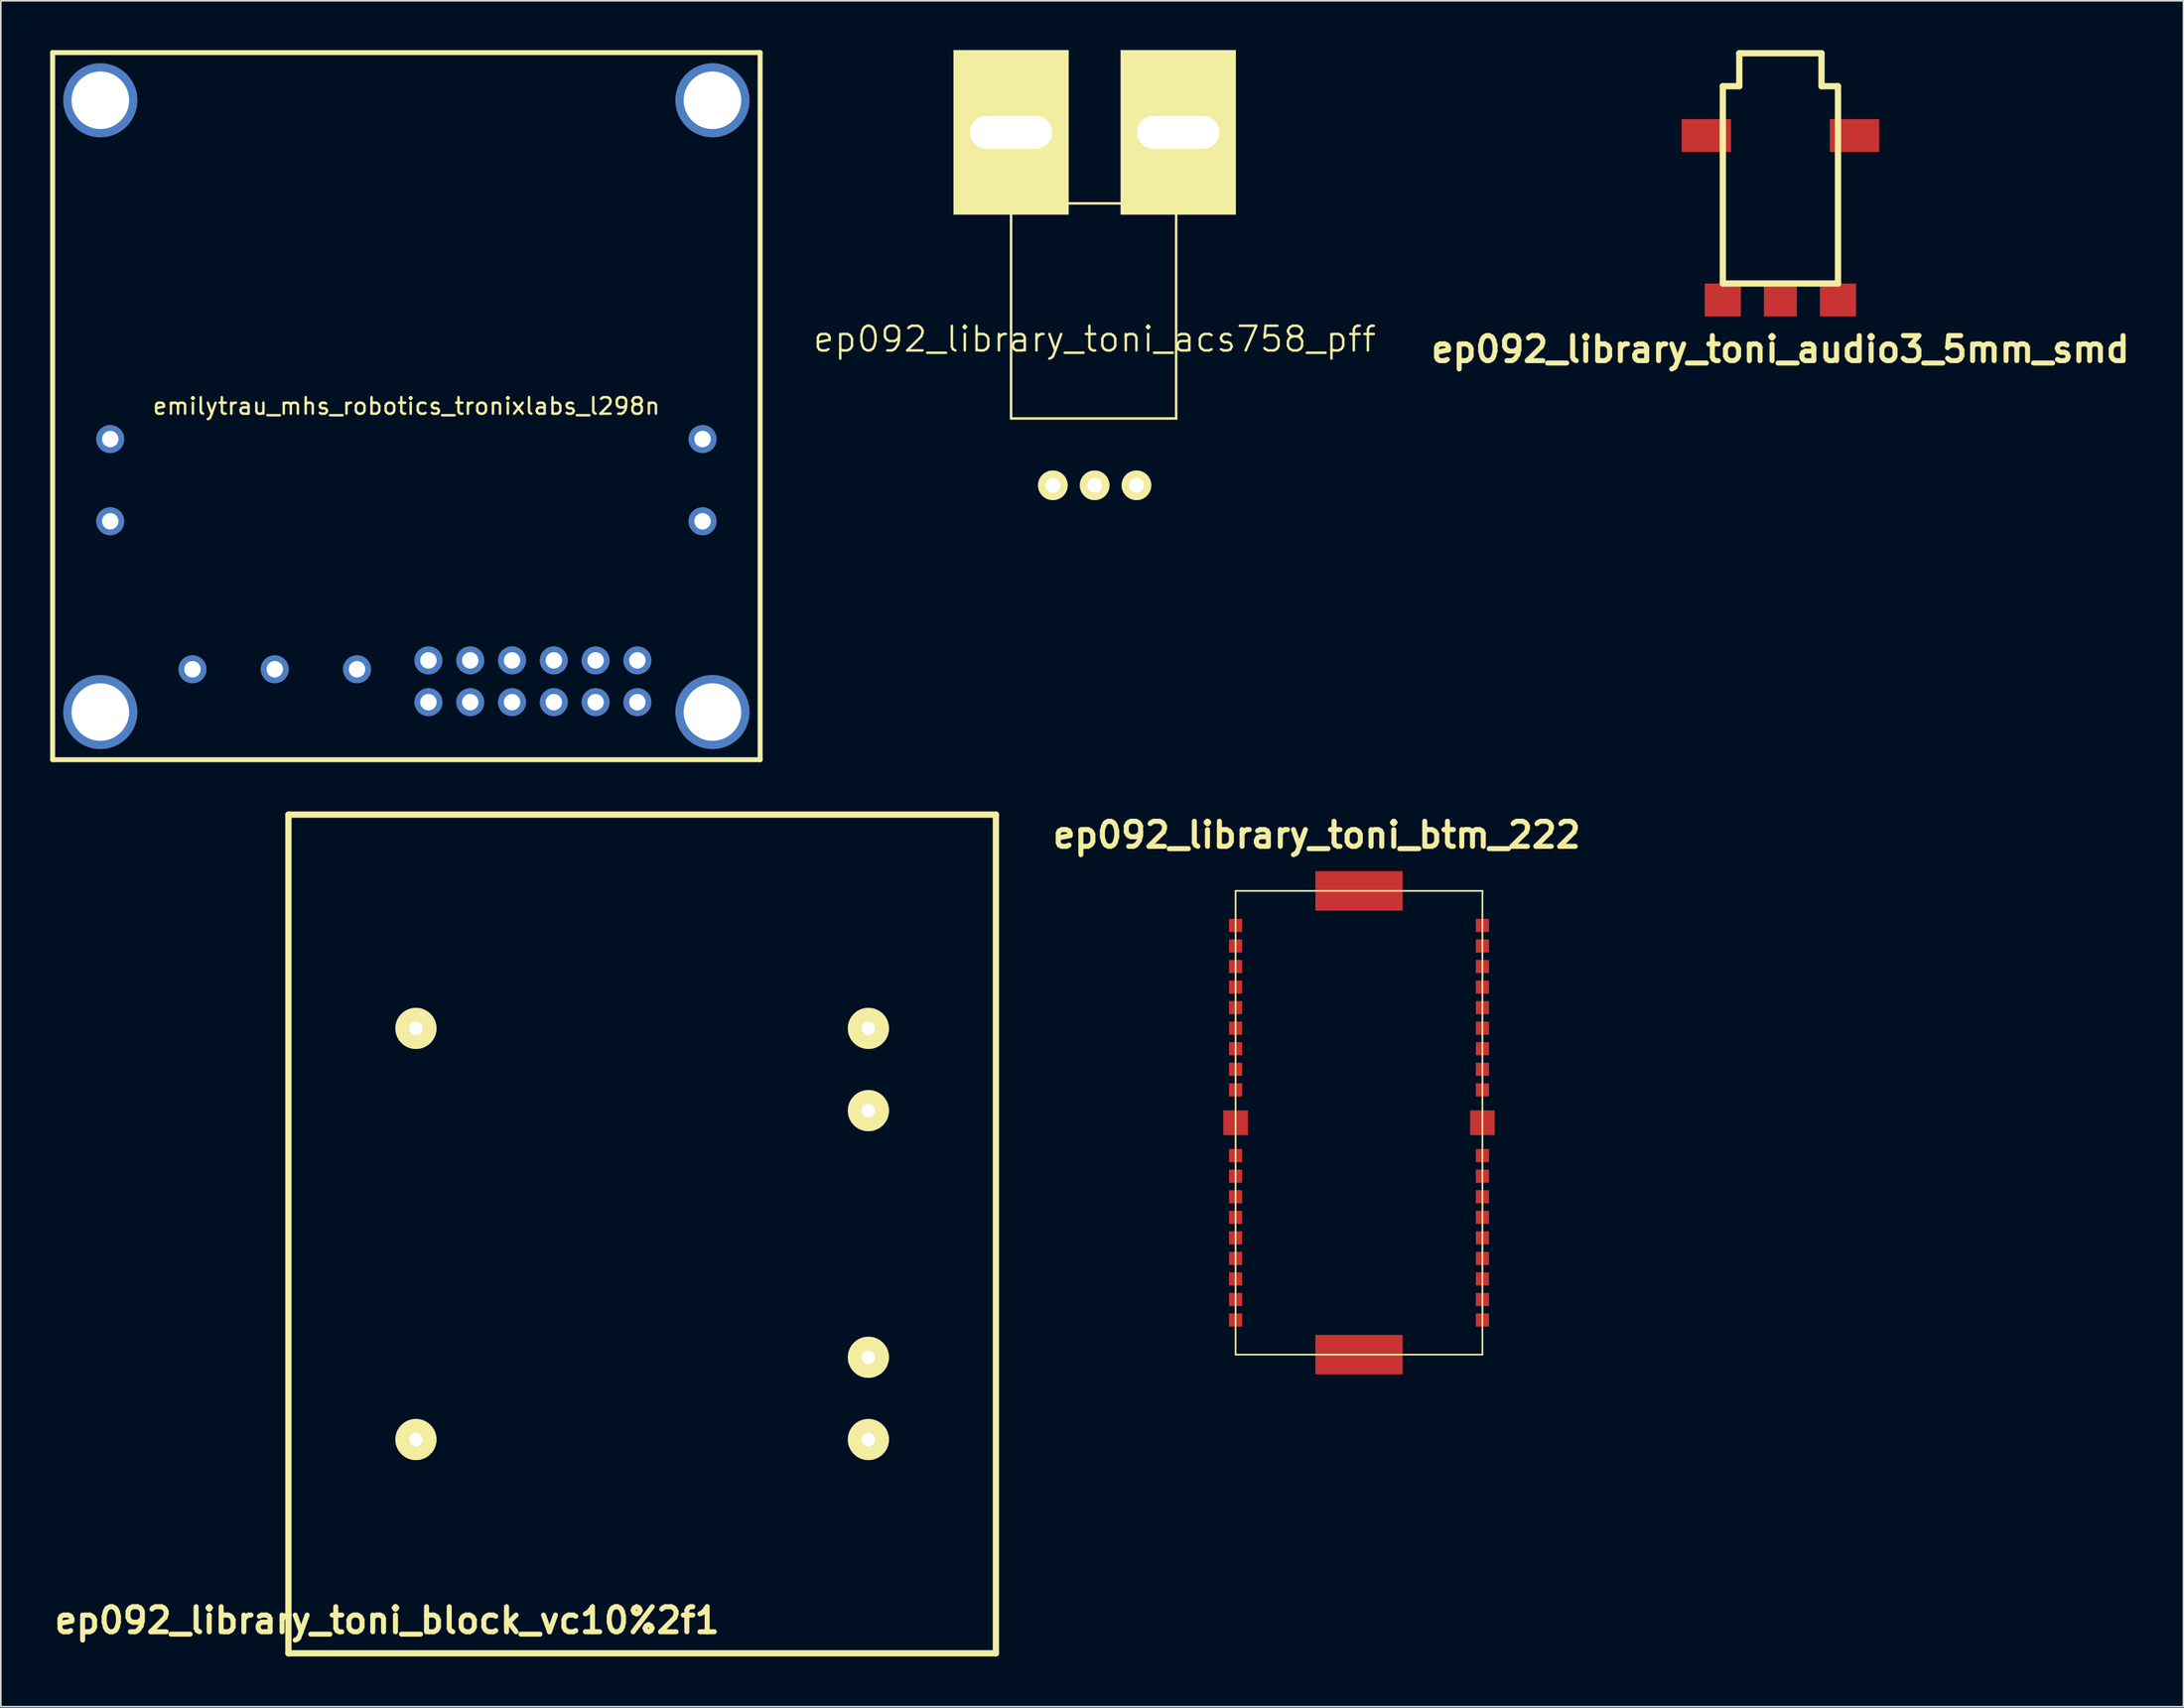
<source format=kicad_pcb>
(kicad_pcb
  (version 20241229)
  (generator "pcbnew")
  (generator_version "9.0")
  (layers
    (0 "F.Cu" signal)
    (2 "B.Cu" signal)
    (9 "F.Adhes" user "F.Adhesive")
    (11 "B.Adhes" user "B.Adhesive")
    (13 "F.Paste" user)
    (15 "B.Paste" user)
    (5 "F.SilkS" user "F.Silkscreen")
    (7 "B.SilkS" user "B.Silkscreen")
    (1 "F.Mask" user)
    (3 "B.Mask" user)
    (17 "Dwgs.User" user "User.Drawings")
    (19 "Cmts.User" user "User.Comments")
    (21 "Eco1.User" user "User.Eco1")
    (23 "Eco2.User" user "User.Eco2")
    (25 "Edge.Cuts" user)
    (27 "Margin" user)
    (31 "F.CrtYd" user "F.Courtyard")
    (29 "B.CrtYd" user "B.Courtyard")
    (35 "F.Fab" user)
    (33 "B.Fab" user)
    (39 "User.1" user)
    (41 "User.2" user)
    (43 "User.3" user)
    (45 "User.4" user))
  (footprint "ep092_library_toni_acs758_pff"
    (layer "F.Cu")
    (at 63.482 23.923)
    (property "Reference" "ep092_library_toni_acs758_pff" (at 0 -6.35 0) (layer "F.SilkS") (effects (font (size 1.5 1.5) (thickness 0.15))))
    (attr through_hole)
    (fp_line (start -5.08 -14.605) (end 4.953 -14.605) (stroke (width 0.15) (type solid)) (layer "F.SilkS"))
    (fp_line (start -5.08 -1.524) (end -5.08 -14.605) (stroke (width 0.15) (type solid)) (layer "F.SilkS"))
    (fp_line (start 4.953 -14.605) (end 4.953 -1.524) (stroke (width 0.15) (type solid)) (layer "F.SilkS"))
    (fp_line (start 4.953 -1.524) (end -5.08 -1.524) (stroke (width 0.15) (type solid)) (layer "F.SilkS"))
    (pad "1" thru_hole circle (at -2.54 2.54) (size 1.8 1.8) (drill 0.9) (layers "*.Cu" "*.Mask" "F.SilkS"))
    (pad "2" thru_hole circle (at 0 2.54) (size 1.8 1.8) (drill 0.9) (layers "*.Cu" "*.Mask" "F.SilkS"))
    (pad "3" thru_hole circle (at 2.54 2.54) (size 1.8 1.8) (drill 0.9) (layers "*.Cu" "*.Mask" "F.SilkS"))
    (pad "4" thru_hole rect (at 5.08 -18.923) (size 7 10) (drill oval 5 2) (layers "*.Cu" "*.Mask" "F.SilkS"))
    (pad "5" thru_hole rect (at -5.08 -18.923) (size 7 10) (drill oval 5 2) (layers "*.Cu" "*.Mask" "F.SilkS")))
  (footprint "ep092_library_toni_block_vc10%2f1"
    (layer "F.Cu")
    (at 14.48 97.491)
    (property "Reference" "ep092_library_toni_block_vc10%2f1" (at 5.999 -1.999 0) (layer "F.SilkS") (effects (font (size 1.524 1.524) (thickness 0.305))))
    (attr through_hole)
    (fp_line (start 0 -51.001) (end 0 0) (stroke (width 0.381) (type solid)) (layer "F.SilkS"))
    (fp_line (start 0 0) (end 43 0) (stroke (width 0.381) (type solid)) (layer "F.SilkS"))
    (fp_line (start 43 -51.001) (end 0 -51.001) (stroke (width 0.381) (type solid)) (layer "F.SilkS"))
    (fp_line (start 43 0) (end 43 -51.001) (stroke (width 0.381) (type solid)) (layer "F.SilkS"))
    (pad "1.1" thru_hole circle (at 7.75 -13) (size 2.499 2.499) (drill 0.813) (layers "*.Cu" "*.Mask" "F.SilkS"))
    (pad "1.2" thru_hole circle (at 7.75 -38.001) (size 2.499 2.499) (drill 0.813) (layers "*.Cu" "*.Mask" "F.SilkS"))
    (pad "2.1" thru_hole circle (at 35.25 -18.001) (size 2.499 2.499) (drill 0.813) (layers "*.Cu" "*.Mask" "F.SilkS"))
    (pad "2.2" thru_hole circle (at 35.25 -33) (size 2.499 2.499) (drill 0.813) (layers "*.Cu" "*.Mask" "F.SilkS"))
    (pad "n.c." thru_hole circle (at 35.25 -38.001) (size 2.499 2.499) (drill 0.813) (layers "*.Cu" "*.Mask" "F.SilkS"))
    (pad "n.c." thru_hole circle (at 35.25 -13) (size 2.499 2.499) (drill 0.813) (layers "*.Cu" "*.Mask" "F.SilkS")))
  (footprint "ep092_library_toni_btm_222"
    (layer "F.Cu")
    (at 79.548 65.227)
    (property "Reference" "ep092_library_toni_btm_222" (at -2.57 -17.501 0) (layer "F.SilkS") (effects (font (size 1.524 1.524) (thickness 0.305))))
    (attr through_hole)
    (fp_line (start -7.501 -14.1) (end 7.501 -14.1) (stroke (width 0.099) (type solid)) (layer "F.SilkS"))
    (fp_line (start -7.501 14.1) (end -7.501 -14.1) (stroke (width 0.099) (type solid)) (layer "F.SilkS"))
    (fp_line (start 7.501 -14.1) (end 7.501 14.1) (stroke (width 0.099) (type solid)) (layer "F.SilkS"))
    (fp_line (start 7.501 14.1) (end -7.501 14.1) (stroke (width 0.099) (type solid)) (layer "F.SilkS"))
    (pad "1" smd rect (at 7.501 11.999) (size 0.8 0.8) (layers "F.Cu" "F.Mask" "F.Paste"))
    (pad "2" smd rect (at 7.501 10.749) (size 0.8 0.8) (layers "F.Cu" "F.Mask" "F.Paste"))
    (pad "3" smd rect (at 7.501 9.5) (size 0.8 0.8) (layers "F.Cu" "F.Mask" "F.Paste"))
    (pad "4" smd rect (at 7.501 8.25) (size 0.8 0.8) (layers "F.Cu" "F.Mask" "F.Paste"))
    (pad "5" smd rect (at 7.501 7) (size 0.8 0.8) (layers "F.Cu" "F.Mask" "F.Paste"))
    (pad "6" smd rect (at 7.501 5.751) (size 0.8 0.8) (layers "F.Cu" "F.Mask" "F.Paste"))
    (pad "7" smd rect (at 7.501 4.501) (size 0.8 0.8) (layers "F.Cu" "F.Mask" "F.Paste"))
    (pad "8" smd rect (at 7.501 3.251) (size 0.8 0.8) (layers "F.Cu" "F.Mask" "F.Paste"))
    (pad "9" smd rect (at 7.501 1.999) (size 0.8 0.8) (layers "F.Cu" "F.Mask" "F.Paste"))
    (pad "10" smd rect (at 7.501 0) (size 1.501 1.501) (layers "F.Cu" "F.Mask" "F.Paste"))
    (pad "11" smd rect (at 7.501 -1.999) (size 0.8 0.8) (layers "F.Cu" "F.Mask" "F.Paste"))
    (pad "12" smd rect (at 7.501 -3.251) (size 0.8 0.8) (layers "F.Cu" "F.Mask" "F.Paste"))
    (pad "13" smd rect (at 7.501 -4.501) (size 0.8 0.8) (layers "F.Cu" "F.Mask" "F.Paste"))
    (pad "14" smd rect (at 7.501 -5.751) (size 0.8 0.8) (layers "F.Cu" "F.Mask" "F.Paste"))
    (pad "15" smd rect (at 7.501 -7) (size 0.8 0.8) (layers "F.Cu" "F.Mask" "F.Paste"))
    (pad "16" smd rect (at 7.501 -8.25) (size 0.8 0.8) (layers "F.Cu" "F.Mask" "F.Paste"))
    (pad "17" smd rect (at 7.501 -9.5) (size 0.8 0.8) (layers "F.Cu" "F.Mask" "F.Paste"))
    (pad "18" smd rect (at 7.501 -10.749) (size 0.8 0.8) (layers "F.Cu" "F.Mask" "F.Paste"))
    (pad "19" smd rect (at 7.501 -11.999) (size 0.8 0.8) (layers "F.Cu" "F.Mask" "F.Paste"))
    (pad "20" smd rect (at -7.501 -11.999) (size 0.8 0.8) (layers "F.Cu" "F.Mask" "F.Paste"))
    (pad "21" smd rect (at -7.501 -10.749) (size 0.8 0.8) (layers "F.Cu" "F.Mask" "F.Paste"))
    (pad "22" smd rect (at -7.501 -9.5) (size 0.8 0.8) (layers "F.Cu" "F.Mask" "F.Paste"))
    (pad "23" smd rect (at -7.501 -8.25) (size 0.8 0.8) (layers "F.Cu" "F.Mask" "F.Paste"))
    (pad "24" smd rect (at -7.501 -7) (size 0.8 0.8) (layers "F.Cu" "F.Mask" "F.Paste"))
    (pad "25" smd rect (at -7.501 -5.751) (size 0.8 0.8) (layers "F.Cu" "F.Mask" "F.Paste"))
    (pad "26" smd rect (at -7.501 -4.501) (size 0.8 0.8) (layers "F.Cu" "F.Mask" "F.Paste"))
    (pad "27" smd rect (at -7.501 -3.251) (size 0.8 0.8) (layers "F.Cu" "F.Mask" "F.Paste"))
    (pad "28" smd rect (at -7.501 -1.999) (size 0.8 0.8) (layers "F.Cu" "F.Mask" "F.Paste"))
    (pad "29" smd rect (at -7.501 0) (size 1.501 1.501) (layers "F.Cu" "F.Mask" "F.Paste"))
    (pad "30" smd rect (at -7.501 1.999) (size 0.8 0.8) (layers "F.Cu" "F.Mask" "F.Paste"))
    (pad "31" smd rect (at -7.501 3.251) (size 0.8 0.8) (layers "F.Cu" "F.Mask" "F.Paste"))
    (pad "32" smd rect (at -7.501 4.501) (size 0.8 0.8) (layers "F.Cu" "F.Mask" "F.Paste"))
    (pad "33" smd rect (at -7.501 5.751) (size 0.8 0.8) (layers "F.Cu" "F.Mask" "F.Paste"))
    (pad "34" smd rect (at -7.501 7) (size 0.8 0.8) (layers "F.Cu" "F.Mask" "F.Paste"))
    (pad "35" smd rect (at -7.501 8.25) (size 0.8 0.8) (layers "F.Cu" "F.Mask" "F.Paste"))
    (pad "36" smd rect (at -7.501 9.5) (size 0.8 0.8) (layers "F.Cu" "F.Mask" "F.Paste"))
    (pad "37" smd rect (at -7.501 10.749) (size 0.8 0.8) (layers "F.Cu" "F.Mask" "F.Paste"))
    (pad "38" smd rect (at -7.501 11.999) (size 0.8 0.8) (layers "F.Cu" "F.Mask" "F.Paste"))
    (pad "TAB1" smd rect (at 0 -14.1) (size 5.301 2.4) (layers "F.Cu" "F.Mask" "F.Paste"))
    (pad "TAB2" smd rect (at 0 14.1) (size 5.301 2.4) (layers "F.Cu" "F.Mask" "F.Paste")))
  (footprint "ep092_library_toni_audio3_5mm_smd"
    (layer "F.Cu")
    (at 105.16 8.692)
    (property "Reference" "ep092_library_toni_audio3_5mm_smd" (at 0 9.5 0) (layer "F.SilkS") (effects (font (size 1.524 1.524) (thickness 0.305))))
    (attr through_hole)
    (fp_line (start -3.5 -6.5) (end -2.499 -6.5) (stroke (width 0.381) (type solid)) (layer "F.SilkS"))
    (fp_line (start -3.5 5.499) (end -3.5 -6.5) (stroke (width 0.381) (type solid)) (layer "F.SilkS"))
    (fp_line (start -2.499 -8.501) (end 2.499 -8.501) (stroke (width 0.381) (type solid)) (layer "F.SilkS"))
    (fp_line (start -2.499 -6.5) (end -2.499 -8.501) (stroke (width 0.381) (type solid)) (layer "F.SilkS"))
    (fp_line (start 2.499 -8.501) (end 2.499 -6.5) (stroke (width 0.381) (type solid)) (layer "F.SilkS"))
    (fp_line (start 2.499 -6.5) (end 3.5 -6.5) (stroke (width 0.381) (type solid)) (layer "F.SilkS"))
    (fp_line (start 3.5 -6.5) (end 3.5 5.499) (stroke (width 0.381) (type solid)) (layer "F.SilkS"))
    (fp_line (start 3.5 5.499) (end -3.5 5.499) (stroke (width 0.381) (type solid)) (layer "F.SilkS"))
    (pad "1" smd rect (at -3.5 6.5) (size 2.2 1.999) (layers "F.Cu" "F.Mask" "F.Paste"))
    (pad "2" smd rect (at 0 6.5) (size 1.999 1.999) (layers "F.Cu" "F.Mask" "F.Paste"))
    (pad "3" smd rect (at 3.5 6.5) (size 2.2 1.999) (layers "F.Cu" "F.Mask" "F.Paste"))
    (pad "4" smd rect (at -4.501 -3.5) (size 3 1.999) (layers "F.Cu" "F.Mask" "F.Paste"))
    (pad "4" smd rect (at 4.501 -3.5) (size 3 1.999) (layers "F.Cu" "F.Mask" "F.Paste")))
  (footprint "emilytrau_mhs_robotics_tronixlabs_l298n"
    (layer "F.Cu")
    (at 21.65 21.65)
    (property "Reference" "emilytrau_mhs_robotics_tronixlabs_l298n" (at 0 0 0) (layer "F.SilkS") (effects (font (size 1 1) (thickness 0.15))))
    (attr through_hole)
    (fp_line (start -21.5 -21.5) (end -21.5 21.5) (stroke (width 0.3) (type solid)) (layer "F.SilkS"))
    (fp_line (start -21.5 21.5) (end 21.5 21.5) (stroke (width 0.3) (type solid)) (layer "F.SilkS"))
    (fp_line (start 21.5 -21.5) (end -21.5 -21.5) (stroke (width 0.3) (type solid)) (layer "F.SilkS"))
    (fp_line (start 21.5 21.5) (end 21.5 -21.5) (stroke (width 0.3) (type solid)) (layer "F.SilkS"))
    (pad "" thru_hole circle (at -18.602 -18.602) (size 4.5 4.5) (drill 3.5) (layers "*.Cu" "*.Mask"))
    (pad "" thru_hole circle (at -18.602 18.602) (size 4.5 4.5) (drill 3.5) (layers "*.Cu" "*.Mask"))
    (pad "" thru_hole circle (at 18.602 -18.602) (size 4.5 4.5) (drill 3.5) (layers "*.Cu" "*.Mask"))
    (pad "" thru_hole circle (at 18.602 18.602) (size 4.5 4.5) (drill 3.5) (layers "*.Cu" "*.Mask"))
    (pad "1" thru_hole circle (at 1.34 15.46) (size 1.7 1.7) (drill 1) (layers "*.Cu" "*.Mask"))
    (pad "2" thru_hole circle (at 3.88 15.46) (size 1.7 1.7) (drill 1) (layers "*.Cu" "*.Mask"))
    (pad "3" thru_hole circle (at 6.42 15.46) (size 1.7 1.7) (drill 1) (layers "*.Cu" "*.Mask"))
    (pad "4" thru_hole circle (at 8.96 15.46) (size 1.7 1.7) (drill 1) (layers "*.Cu" "*.Mask"))
    (pad "5" thru_hole circle (at 11.5 15.46) (size 1.7 1.7) (drill 1) (layers "*.Cu" "*.Mask"))
    (pad "6" thru_hole circle (at 14.04 15.46) (size 1.7 1.7) (drill 1) (layers "*.Cu" "*.Mask"))
    (pad "7" thru_hole circle (at 1.34 18) (size 1.7 1.7) (drill 1) (layers "*.Cu" "*.Mask"))
    (pad "8" thru_hole circle (at 3.88 18) (size 1.7 1.7) (drill 1) (layers "*.Cu" "*.Mask"))
    (pad "9" thru_hole circle (at 6.42 18) (size 1.7 1.7) (drill 1) (layers "*.Cu" "*.Mask"))
    (pad "10" thru_hole circle (at 8.96 18) (size 1.7 1.7) (drill 1) (layers "*.Cu" "*.Mask"))
    (pad "11" thru_hole circle (at 11.5 18) (size 1.7 1.7) (drill 1) (layers "*.Cu" "*.Mask"))
    (pad "12" thru_hole circle (at 14.04 18) (size 1.7 1.7) (drill 1) (layers "*.Cu" "*.Mask"))
    (pad "13" thru_hole circle (at -13 16) (size 1.7 1.7) (drill 1) (layers "*.Cu" "*.Mask"))
    (pad "14" thru_hole circle (at -8 16) (size 1.7 1.7) (drill 1) (layers "*.Cu" "*.Mask"))
    (pad "15" thru_hole circle (at -3 16) (size 1.7 1.7) (drill 1) (layers "*.Cu" "*.Mask"))
    (pad "16" thru_hole circle (at -18 2) (size 1.7 1.7) (drill 1) (layers "*.Cu" "*.Mask"))
    (pad "17" thru_hole circle (at -18 7) (size 1.7 1.7) (drill 1) (layers "*.Cu" "*.Mask"))
    (pad "18" thru_hole circle (at 18 2) (size 1.7 1.7) (drill 1) (layers "*.Cu" "*.Mask"))
    (pad "19" thru_hole circle (at 18 7) (size 1.7 1.7) (drill 1) (layers "*.Cu" "*.Mask")))
  (gr_rect
    (start -3 -3)
    (end 129.656 100.741)
    (stroke (width 0.1) (type default))
    (fill no)
    (layer "Edge.Cuts")))
</source>
